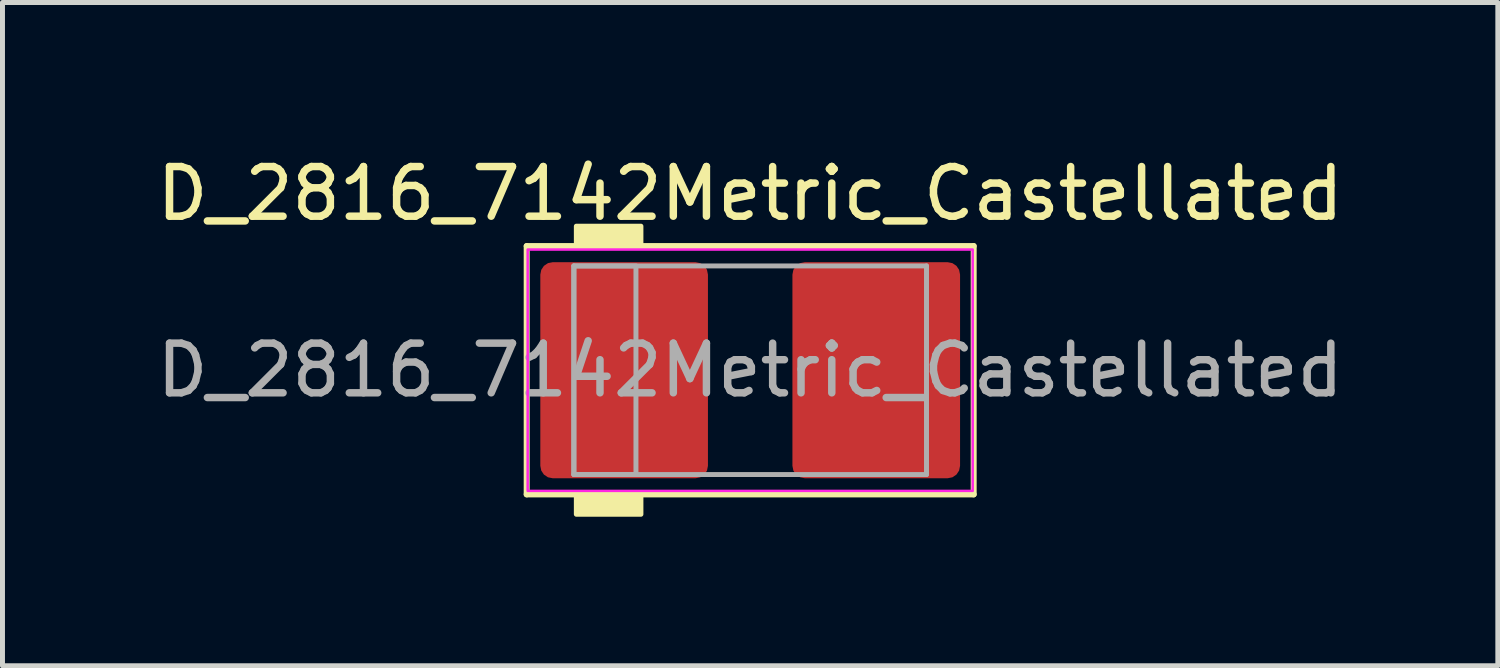
<source format=kicad_pcb>
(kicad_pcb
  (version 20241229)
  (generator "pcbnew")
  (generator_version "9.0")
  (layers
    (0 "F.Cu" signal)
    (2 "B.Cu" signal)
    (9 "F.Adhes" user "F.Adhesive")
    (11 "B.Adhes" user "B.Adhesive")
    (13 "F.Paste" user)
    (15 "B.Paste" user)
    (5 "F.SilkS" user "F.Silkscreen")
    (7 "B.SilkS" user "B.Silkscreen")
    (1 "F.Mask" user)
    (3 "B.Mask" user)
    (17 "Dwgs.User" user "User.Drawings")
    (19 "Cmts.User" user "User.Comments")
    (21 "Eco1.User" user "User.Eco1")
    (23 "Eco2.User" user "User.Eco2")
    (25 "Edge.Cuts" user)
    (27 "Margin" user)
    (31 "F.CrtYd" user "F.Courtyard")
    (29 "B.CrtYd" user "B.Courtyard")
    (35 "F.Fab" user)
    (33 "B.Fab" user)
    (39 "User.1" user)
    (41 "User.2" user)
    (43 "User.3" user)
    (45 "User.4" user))
  (footprint "D_2816_7142Metric_Castellated"
    (layer "F.Cu")
    (at 12.054 4.404)
    (property "Reference" "D_2816_7142Metric_Castellated" (at 0 -3.556 0) (layer "F.SilkS") (effects (font (size 1 1) (thickness 0.15))))
    (attr smd)
    (fp_line (start -4.5 -2.5) (end -4.5 2.5) (stroke (width 0.12) (type solid)) (layer "F.SilkS"))
    (fp_line (start -4.5 2.5) (end 4.5 2.5) (stroke (width 0.12) (type solid)) (layer "F.SilkS"))
    (fp_line (start 4.5 -2.5) (end -4.5 -2.5) (stroke (width 0.12) (type solid)) (layer "F.SilkS"))
    (fp_line (start 4.5 2.5) (end 4.5 -2.5) (stroke (width 0.12) (type solid)) (layer "F.SilkS"))
    (fp_poly (pts (xy -2.2 -2.5) (xy -3.5 -2.5) (xy -3.5 -2.9) (xy -2.2 -2.9)) (stroke (width 0.1) (type solid)) (fill yes) (layer "F.SilkS"))
    (fp_poly (pts (xy -2.2 2.9) (xy -3.5 2.9) (xy -3.5 2.5) (xy -2.2 2.5)) (stroke (width 0.1) (type solid)) (fill yes) (layer "F.SilkS"))
    (fp_rect (start -4.48 -2.43) (end 4.48 2.43) (stroke (width 0.05) (type solid)) (fill no) (layer "F.CrtYd"))
    (fp_line (start -3.55 -2.1) (end -3.55 2.1) (stroke (width 0.1) (type solid)) (layer "F.Fab"))
    (fp_line (start -3.55 2.1) (end 3.55 2.1) (stroke (width 0.1) (type solid)) (layer "F.Fab"))
    (fp_line (start 3.55 -2.1) (end -3.55 -2.1) (stroke (width 0.1) (type solid)) (layer "F.Fab"))
    (fp_line (start 3.55 2.1) (end 3.55 -2.1) (stroke (width 0.1) (type solid)) (layer "F.Fab"))
    (fp_rect (start -3.55 -2.1) (end -2.3 2.1) (stroke (width 0.1) (type solid)) (fill no) (layer "F.Fab"))
    (fp_text user "${REFERENCE}" (at 0 0 0) (layer "F.Fab") (effects (font (size 1 1) (thickness 0.15))))
    (pad "1" smd roundrect (at -2.538 0) (size 3.375 4.35) (layers "F.Cu" "F.Mask" "F.Paste") (roundrect_rratio 0.074))
    (pad "2" smd roundrect (at 2.538 0) (size 3.375 4.35) (layers "F.Cu" "F.Mask" "F.Paste") (roundrect_rratio 0.074)))
  (gr_rect
    (start -3 -3)
    (end 27.107 10.354)
    (stroke (width 0.1) (type default))
    (fill no)
    (layer "Edge.Cuts")))
</source>
